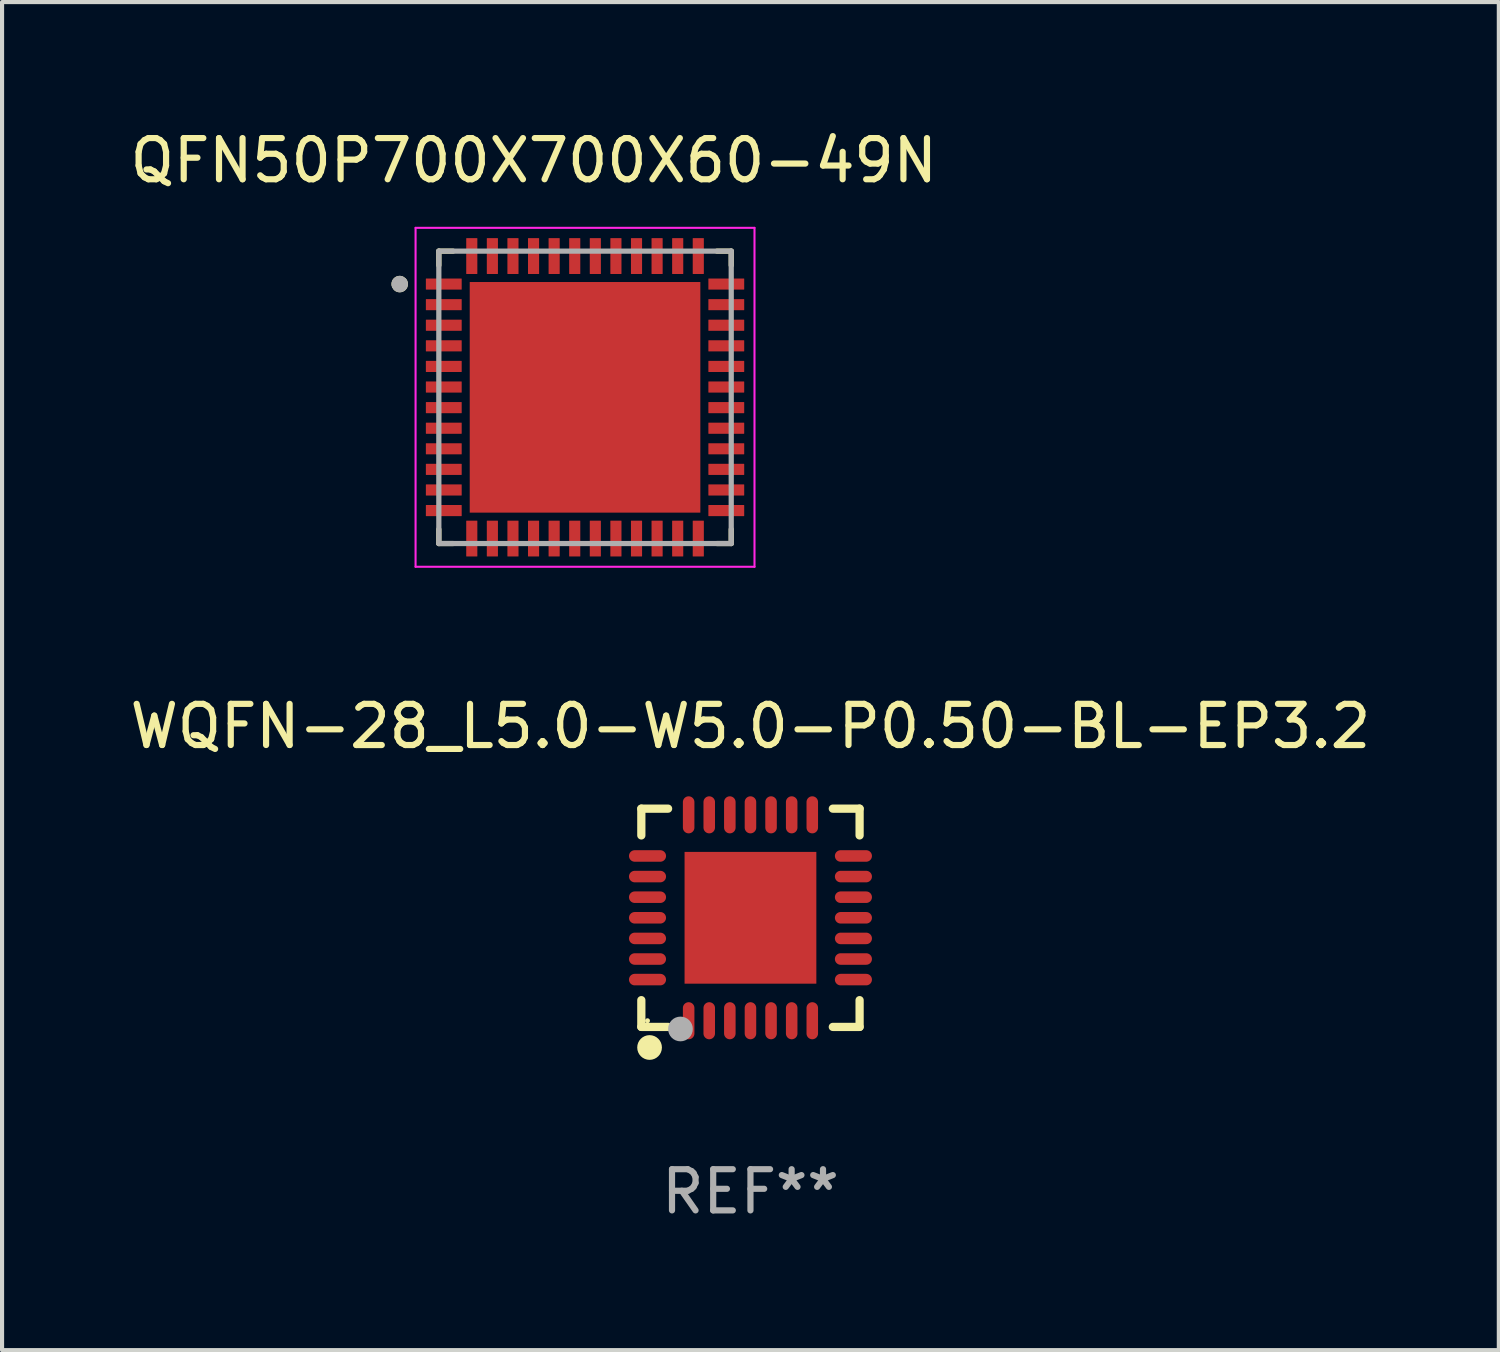
<source format=kicad_pcb>
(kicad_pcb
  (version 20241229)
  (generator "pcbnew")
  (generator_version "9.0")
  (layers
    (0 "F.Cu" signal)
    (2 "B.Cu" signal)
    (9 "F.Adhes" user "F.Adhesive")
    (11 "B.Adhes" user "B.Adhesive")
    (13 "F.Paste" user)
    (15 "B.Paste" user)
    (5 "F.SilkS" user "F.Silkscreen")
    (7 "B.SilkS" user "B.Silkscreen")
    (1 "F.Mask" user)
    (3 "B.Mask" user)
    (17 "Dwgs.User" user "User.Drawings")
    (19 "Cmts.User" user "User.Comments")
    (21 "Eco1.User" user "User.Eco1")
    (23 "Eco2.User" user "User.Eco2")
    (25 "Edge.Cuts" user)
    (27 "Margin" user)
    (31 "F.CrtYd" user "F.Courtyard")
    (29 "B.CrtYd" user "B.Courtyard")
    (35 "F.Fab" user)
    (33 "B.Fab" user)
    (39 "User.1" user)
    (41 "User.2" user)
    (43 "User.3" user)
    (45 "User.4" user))
  (footprint "WQFN-28_L5.0-W5.0-P0.50-BL-EP3.2"
    (layer "F.Cu")
    (at 15.173 19.236)
    (property "Reference" "WQFN-28_L5.0-W5.0-P0.50-BL-EP3.2" (at -0.000203 -4.65 0) (layer "F.SilkS") (effects (font (size 1 1) (thickness 0.15))))
    (attr through_hole)
    (fp_line (start -2.65 -2.65) (end -2.65 -2) (stroke (width 0.2) (type solid)) (layer "F.SilkS"))
    (fp_line (start -2.65 2.65) (end -2.65 2) (stroke (width 0.2) (type solid)) (layer "F.SilkS"))
    (fp_line (start -2 -2.65) (end -2.65 -2.65) (stroke (width 0.2) (type solid)) (layer "F.SilkS"))
    (fp_line (start -2 2.65) (end -2.65 2.65) (stroke (width 0.2) (type solid)) (layer "F.SilkS"))
    (fp_line (start 2 2.65) (end 2.65 2.65) (stroke (width 0.2) (type solid)) (layer "F.SilkS"))
    (fp_line (start 2.65 -2.65) (end 2 -2.65) (stroke (width 0.2) (type solid)) (layer "F.SilkS"))
    (fp_line (start 2.65 -2) (end 2.65 -2.65) (stroke (width 0.2) (type solid)) (layer "F.SilkS"))
    (fp_line (start 2.65 2.65) (end 2.65 2) (stroke (width 0.2) (type solid)) (layer "F.SilkS"))
    (fp_arc (start -2.448768 2.999797) (mid -2.450248 3.299816) (end -2.450889 2.999794) (stroke (width 0.3) (type solid)) (layer "F.SilkS"))
    (fp_circle (center -2.5 2.5) (end -2.47 2.5) (stroke (width 0.06) (type solid)) (fill no) (layer "F.SilkS"))
    (fp_circle (center -1.7 2.7) (end -1.55 2.7) (stroke (width 0.3) (type solid)) (fill no) (layer "F.Fab"))
    (fp_text user "REF**" (at -0.000203 6.65 0) (layer "F.Fab") (effects (font (size 1 1) (thickness 0.15))))
    (pad "1" smd oval (at -1.501 2.5 180) (size 0.28 0.9) (layers "F.Cu" "F.Mask" "F.Paste"))
    (pad "2" smd oval (at -1.001 2.5 180) (size 0.28 0.9) (layers "F.Cu" "F.Mask" "F.Paste"))
    (pad "3" smd oval (at -0.501 2.5 180) (size 0.28 0.9) (layers "F.Cu" "F.Mask" "F.Paste"))
    (pad "4" smd oval (at -0.000127 2.5 180) (size 0.28 0.9) (layers "F.Cu" "F.Mask" "F.Paste"))
    (pad "5" smd oval (at 0.5 2.5 180) (size 0.28 0.9) (layers "F.Cu" "F.Mask" "F.Paste"))
    (pad "6" smd oval (at 1.001 2.5 180) (size 0.28 0.9) (layers "F.Cu" "F.Mask" "F.Paste"))
    (pad "7" smd oval (at 1.501 2.5 180) (size 0.28 0.9) (layers "F.Cu" "F.Mask" "F.Paste"))
    (pad "8" smd oval (at 2.5 1.501 90) (size 0.28 0.9) (layers "F.Cu" "F.Mask" "F.Paste"))
    (pad "9" smd oval (at 2.5 1.001 90) (size 0.28 0.9) (layers "F.Cu" "F.Mask" "F.Paste"))
    (pad "10" smd oval (at 2.5 0.501 90) (size 0.28 0.9) (layers "F.Cu" "F.Mask" "F.Paste"))
    (pad "11" smd oval (at 2.5 0.000127 90) (size 0.28 0.9) (layers "F.Cu" "F.Mask" "F.Paste"))
    (pad "12" smd oval (at 2.5 -0.5 90) (size 0.28 0.9) (layers "F.Cu" "F.Mask" "F.Paste"))
    (pad "13" smd oval (at 2.5 -1.001 90) (size 0.28 0.9) (layers "F.Cu" "F.Mask" "F.Paste"))
    (pad "14" smd oval (at 2.5 -1.501 90) (size 0.28 0.9) (layers "F.Cu" "F.Mask" "F.Paste"))
    (pad "15" smd oval (at 1.501 -2.5 180) (size 0.28 0.9) (layers "F.Cu" "F.Mask" "F.Paste"))
    (pad "16" smd oval (at 1.001 -2.5 180) (size 0.28 0.9) (layers "F.Cu" "F.Mask" "F.Paste"))
    (pad "17" smd oval (at 0.5 -2.5 180) (size 0.28 0.9) (layers "F.Cu" "F.Mask" "F.Paste"))
    (pad "18" smd oval (at -0.000127 -2.5 180) (size 0.28 0.9) (layers "F.Cu" "F.Mask" "F.Paste"))
    (pad "19" smd oval (at -0.501 -2.5 180) (size 0.28 0.9) (layers "F.Cu" "F.Mask" "F.Paste"))
    (pad "20" smd oval (at -1.001 -2.5 180) (size 0.28 0.9) (layers "F.Cu" "F.Mask" "F.Paste"))
    (pad "21" smd oval (at -1.501 -2.5 180) (size 0.28 0.9) (layers "F.Cu" "F.Mask" "F.Paste"))
    (pad "22" smd oval (at -2.5 -1.501 90) (size 0.28 0.9) (layers "F.Cu" "F.Mask" "F.Paste"))
    (pad "23" smd oval (at -2.5 -1.001 90) (size 0.28 0.9) (layers "F.Cu" "F.Mask" "F.Paste"))
    (pad "24" smd oval (at -2.5 -0.5 90) (size 0.28 0.9) (layers "F.Cu" "F.Mask" "F.Paste"))
    (pad "25" smd oval (at -2.5 0.000127 90) (size 0.28 0.9) (layers "F.Cu" "F.Mask" "F.Paste"))
    (pad "26" smd oval (at -2.5 0.501 90) (size 0.28 0.9) (layers "F.Cu" "F.Mask" "F.Paste"))
    (pad "27" smd oval (at -2.5 1.001 90) (size 0.28 0.9) (layers "F.Cu" "F.Mask" "F.Paste"))
    (pad "28" smd oval (at -2.5 1.501 90) (size 0.28 0.9) (layers "F.Cu" "F.Mask" "F.Paste"))
    (pad "29" smd rect (at -0.000127 0.000127 90) (size 3.2 3.2) (layers "F.Cu" "F.Mask" "F.Paste")))
  (footprint "QFN50P700X700X60-49N"
    (layer "F.Cu")
    (at 11.156 6.598)
    (property "Reference" "QFN50P700X700X60-49N" (at -1.245 -5.75 0) (layer "F.SilkS") (effects (font (size 1 1) (thickness 0.15))))
    (attr smd)
    (fp_line (start -3.55 -3.55) (end -3.55 -3.205) (stroke (width 0.127) (type solid)) (layer "F.SilkS"))
    (fp_line (start -3.55 -3.55) (end -3.205 -3.55) (stroke (width 0.127) (type solid)) (layer "F.SilkS"))
    (fp_line (start -3.55 3.55) (end -3.55 3.205) (stroke (width 0.127) (type solid)) (layer "F.SilkS"))
    (fp_line (start -3.55 3.55) (end -3.205 3.55) (stroke (width 0.127) (type solid)) (layer "F.SilkS"))
    (fp_line (start 3.55 -3.55) (end 3.205 -3.55) (stroke (width 0.127) (type solid)) (layer "F.SilkS"))
    (fp_line (start 3.55 -3.55) (end 3.55 -3.205) (stroke (width 0.127) (type solid)) (layer "F.SilkS"))
    (fp_line (start 3.55 3.55) (end 3.205 3.55) (stroke (width 0.127) (type solid)) (layer "F.SilkS"))
    (fp_line (start 3.55 3.55) (end 3.55 3.205) (stroke (width 0.127) (type solid)) (layer "F.SilkS"))
    (fp_circle (center -4.5 -2.75) (end -4.4 -2.75) (stroke (width 0.2) (type solid)) (fill no) (layer "F.SilkS"))
    (fp_poly (pts (xy -2.29 -2.29) (xy -0.51 -2.29) (xy -0.51 -0.51) (xy -2.29 -0.51)) (stroke (width 0.01) (type solid)) (fill yes) (layer "F.Paste"))
    (fp_poly (pts (xy -2.29 0.51) (xy -0.51 0.51) (xy -0.51 2.29) (xy -2.29 2.29)) (stroke (width 0.01) (type solid)) (fill yes) (layer "F.Paste"))
    (fp_poly (pts (xy 0.51 -2.29) (xy 2.29 -2.29) (xy 2.29 -0.51) (xy 0.51 -0.51)) (stroke (width 0.01) (type solid)) (fill yes) (layer "F.Paste"))
    (fp_poly (pts (xy 0.51 0.51) (xy 2.29 0.51) (xy 2.29 2.29) (xy 0.51 2.29)) (stroke (width 0.01) (type solid)) (fill yes) (layer "F.Paste"))
    (fp_line (start -4.115 -4.115) (end 4.115 -4.115) (stroke (width 0.05) (type solid)) (layer "F.CrtYd"))
    (fp_line (start -4.115 4.115) (end -4.115 -4.115) (stroke (width 0.05) (type solid)) (layer "F.CrtYd"))
    (fp_line (start -4.115 4.115) (end 4.115 4.115) (stroke (width 0.05) (type solid)) (layer "F.CrtYd"))
    (fp_line (start 4.115 4.115) (end 4.115 -4.115) (stroke (width 0.05) (type solid)) (layer "F.CrtYd"))
    (fp_line (start -3.55 3.55) (end -3.55 -3.55) (stroke (width 0.127) (type solid)) (layer "F.Fab"))
    (fp_line (start 3.55 -3.55) (end -3.55 -3.55) (stroke (width 0.127) (type solid)) (layer "F.Fab"))
    (fp_line (start 3.55 3.55) (end -3.55 3.55) (stroke (width 0.127) (type solid)) (layer "F.Fab"))
    (fp_line (start 3.55 3.55) (end 3.55 -3.55) (stroke (width 0.127) (type solid)) (layer "F.Fab"))
    (fp_circle (center -4.5 -2.75) (end -4.4 -2.75) (stroke (width 0.2) (type solid)) (fill no) (layer "F.Fab"))
    (pad "1" smd roundrect (at -3.43 -2.75) (size 0.87 0.27) (layers "F.Cu" "F.Mask" "F.Paste") (roundrect_rratio 0.03))
    (pad "2" smd roundrect (at -3.43 -2.25) (size 0.87 0.27) (layers "F.Cu" "F.Mask" "F.Paste") (roundrect_rratio 0.03))
    (pad "3" smd roundrect (at -3.43 -1.75) (size 0.87 0.27) (layers "F.Cu" "F.Mask" "F.Paste") (roundrect_rratio 0.03))
    (pad "4" smd roundrect (at -3.43 -1.25) (size 0.87 0.27) (layers "F.Cu" "F.Mask" "F.Paste") (roundrect_rratio 0.03))
    (pad "5" smd roundrect (at -3.43 -0.75) (size 0.87 0.27) (layers "F.Cu" "F.Mask" "F.Paste") (roundrect_rratio 0.03))
    (pad "6" smd roundrect (at -3.43 -0.25) (size 0.87 0.27) (layers "F.Cu" "F.Mask" "F.Paste") (roundrect_rratio 0.03))
    (pad "7" smd roundrect (at -3.43 0.25) (size 0.87 0.27) (layers "F.Cu" "F.Mask" "F.Paste") (roundrect_rratio 0.03))
    (pad "8" smd roundrect (at -3.43 0.75) (size 0.87 0.27) (layers "F.Cu" "F.Mask" "F.Paste") (roundrect_rratio 0.03))
    (pad "9" smd roundrect (at -3.43 1.25) (size 0.87 0.27) (layers "F.Cu" "F.Mask" "F.Paste") (roundrect_rratio 0.03))
    (pad "10" smd roundrect (at -3.43 1.75) (size 0.87 0.27) (layers "F.Cu" "F.Mask" "F.Paste") (roundrect_rratio 0.03))
    (pad "11" smd roundrect (at -3.43 2.25) (size 0.87 0.27) (layers "F.Cu" "F.Mask" "F.Paste") (roundrect_rratio 0.03))
    (pad "12" smd roundrect (at -3.43 2.75) (size 0.87 0.27) (layers "F.Cu" "F.Mask" "F.Paste") (roundrect_rratio 0.03))
    (pad "13" smd roundrect (at -2.75 3.43 90) (size 0.87 0.27) (layers "F.Cu" "F.Mask" "F.Paste") (roundrect_rratio 0.03))
    (pad "14" smd roundrect (at -2.25 3.43 90) (size 0.87 0.27) (layers "F.Cu" "F.Mask" "F.Paste") (roundrect_rratio 0.03))
    (pad "15" smd roundrect (at -1.75 3.43 90) (size 0.87 0.27) (layers "F.Cu" "F.Mask" "F.Paste") (roundrect_rratio 0.03))
    (pad "16" smd roundrect (at -1.25 3.43 90) (size 0.87 0.27) (layers "F.Cu" "F.Mask" "F.Paste") (roundrect_rratio 0.03))
    (pad "17" smd roundrect (at -0.75 3.43 90) (size 0.87 0.27) (layers "F.Cu" "F.Mask" "F.Paste") (roundrect_rratio 0.03))
    (pad "18" smd roundrect (at -0.25 3.43 90) (size 0.87 0.27) (layers "F.Cu" "F.Mask" "F.Paste") (roundrect_rratio 0.03))
    (pad "19" smd roundrect (at 0.25 3.43 90) (size 0.87 0.27) (layers "F.Cu" "F.Mask" "F.Paste") (roundrect_rratio 0.03))
    (pad "20" smd roundrect (at 0.75 3.43 90) (size 0.87 0.27) (layers "F.Cu" "F.Mask" "F.Paste") (roundrect_rratio 0.03))
    (pad "21" smd roundrect (at 1.25 3.43 90) (size 0.87 0.27) (layers "F.Cu" "F.Mask" "F.Paste") (roundrect_rratio 0.03))
    (pad "22" smd roundrect (at 1.75 3.43 90) (size 0.87 0.27) (layers "F.Cu" "F.Mask" "F.Paste") (roundrect_rratio 0.03))
    (pad "23" smd roundrect (at 2.25 3.43 90) (size 0.87 0.27) (layers "F.Cu" "F.Mask" "F.Paste") (roundrect_rratio 0.03))
    (pad "24" smd roundrect (at 2.75 3.43 90) (size 0.87 0.27) (layers "F.Cu" "F.Mask" "F.Paste") (roundrect_rratio 0.03))
    (pad "25" smd roundrect (at 3.43 2.75) (size 0.87 0.27) (layers "F.Cu" "F.Mask" "F.Paste") (roundrect_rratio 0.03))
    (pad "26" smd roundrect (at 3.43 2.25) (size 0.87 0.27) (layers "F.Cu" "F.Mask" "F.Paste") (roundrect_rratio 0.03))
    (pad "27" smd roundrect (at 3.43 1.75) (size 0.87 0.27) (layers "F.Cu" "F.Mask" "F.Paste") (roundrect_rratio 0.03))
    (pad "28" smd roundrect (at 3.43 1.25) (size 0.87 0.27) (layers "F.Cu" "F.Mask" "F.Paste") (roundrect_rratio 0.03))
    (pad "29" smd roundrect (at 3.43 0.75) (size 0.87 0.27) (layers "F.Cu" "F.Mask" "F.Paste") (roundrect_rratio 0.03))
    (pad "30" smd roundrect (at 3.43 0.25) (size 0.87 0.27) (layers "F.Cu" "F.Mask" "F.Paste") (roundrect_rratio 0.03))
    (pad "31" smd roundrect (at 3.43 -0.25) (size 0.87 0.27) (layers "F.Cu" "F.Mask" "F.Paste") (roundrect_rratio 0.03))
    (pad "32" smd roundrect (at 3.43 -0.75) (size 0.87 0.27) (layers "F.Cu" "F.Mask" "F.Paste") (roundrect_rratio 0.03))
    (pad "33" smd roundrect (at 3.43 -1.25) (size 0.87 0.27) (layers "F.Cu" "F.Mask" "F.Paste") (roundrect_rratio 0.03))
    (pad "34" smd roundrect (at 3.43 -1.75) (size 0.87 0.27) (layers "F.Cu" "F.Mask" "F.Paste") (roundrect_rratio 0.03))
    (pad "35" smd roundrect (at 3.43 -2.25) (size 0.87 0.27) (layers "F.Cu" "F.Mask" "F.Paste") (roundrect_rratio 0.03))
    (pad "36" smd roundrect (at 3.43 -2.75) (size 0.87 0.27) (layers "F.Cu" "F.Mask" "F.Paste") (roundrect_rratio 0.03))
    (pad "37" smd roundrect (at 2.75 -3.43 90) (size 0.87 0.27) (layers "F.Cu" "F.Mask" "F.Paste") (roundrect_rratio 0.03))
    (pad "38" smd roundrect (at 2.25 -3.43 90) (size 0.87 0.27) (layers "F.Cu" "F.Mask" "F.Paste") (roundrect_rratio 0.03))
    (pad "39" smd roundrect (at 1.75 -3.43 90) (size 0.87 0.27) (layers "F.Cu" "F.Mask" "F.Paste") (roundrect_rratio 0.03))
    (pad "40" smd roundrect (at 1.25 -3.43 90) (size 0.87 0.27) (layers "F.Cu" "F.Mask" "F.Paste") (roundrect_rratio 0.03))
    (pad "41" smd roundrect (at 0.75 -3.43 90) (size 0.87 0.27) (layers "F.Cu" "F.Mask" "F.Paste") (roundrect_rratio 0.03))
    (pad "42" smd roundrect (at 0.25 -3.43 90) (size 0.87 0.27) (layers "F.Cu" "F.Mask" "F.Paste") (roundrect_rratio 0.03))
    (pad "43" smd roundrect (at -0.25 -3.43 90) (size 0.87 0.27) (layers "F.Cu" "F.Mask" "F.Paste") (roundrect_rratio 0.03))
    (pad "44" smd roundrect (at -0.75 -3.43 90) (size 0.87 0.27) (layers "F.Cu" "F.Mask" "F.Paste") (roundrect_rratio 0.03))
    (pad "45" smd roundrect (at -1.25 -3.43 90) (size 0.87 0.27) (layers "F.Cu" "F.Mask" "F.Paste") (roundrect_rratio 0.03))
    (pad "46" smd roundrect (at -1.75 -3.43 90) (size 0.87 0.27) (layers "F.Cu" "F.Mask" "F.Paste") (roundrect_rratio 0.03))
    (pad "47" smd roundrect (at -2.25 -3.43 90) (size 0.87 0.27) (layers "F.Cu" "F.Mask" "F.Paste") (roundrect_rratio 0.03))
    (pad "48" smd roundrect (at -2.75 -3.43 90) (size 0.87 0.27) (layers "F.Cu" "F.Mask" "F.Paste") (roundrect_rratio 0.03))
    (pad "49" smd rect (at 0 0) (size 5.6 5.6) (layers "F.Cu" "F.Mask")))
  (gr_rect
    (start -3 -3)
    (end 33.345 29.735)
    (stroke (width 0.1) (type default))
    (fill no)
    (layer "Edge.Cuts")))
</source>
